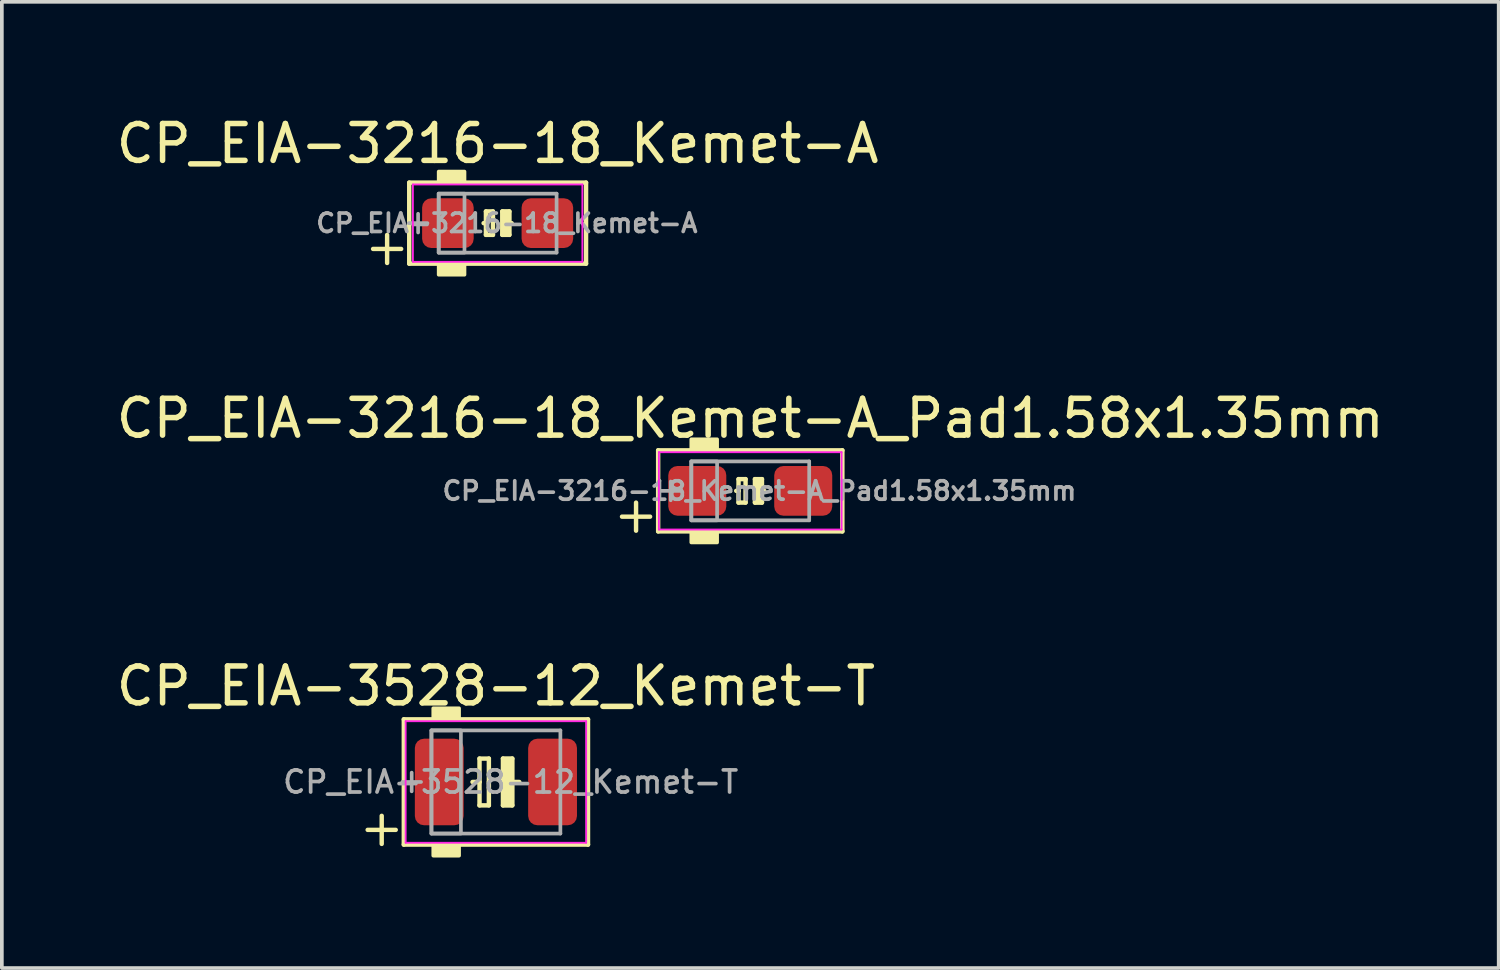
<source format=kicad_pcb>
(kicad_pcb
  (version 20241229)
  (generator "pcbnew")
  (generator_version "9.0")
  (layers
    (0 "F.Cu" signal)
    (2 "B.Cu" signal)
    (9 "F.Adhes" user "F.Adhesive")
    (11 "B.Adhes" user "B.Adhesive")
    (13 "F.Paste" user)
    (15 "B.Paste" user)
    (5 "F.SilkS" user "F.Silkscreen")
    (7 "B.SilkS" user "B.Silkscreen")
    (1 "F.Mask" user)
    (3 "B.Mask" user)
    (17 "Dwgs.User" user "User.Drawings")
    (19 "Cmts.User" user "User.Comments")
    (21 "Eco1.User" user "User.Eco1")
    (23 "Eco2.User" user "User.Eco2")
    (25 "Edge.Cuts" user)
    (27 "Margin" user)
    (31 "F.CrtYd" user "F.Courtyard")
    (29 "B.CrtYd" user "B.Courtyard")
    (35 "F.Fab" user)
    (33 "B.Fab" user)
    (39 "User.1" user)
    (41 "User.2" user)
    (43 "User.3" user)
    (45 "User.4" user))
  (footprint "CP_EIA-3216-18_Kemet-A_Pad1.58x1.35mm"
    (layer "F.Cu")
    (at 17.315 10.274)
    (property "Reference" "CP_EIA-3216-18_Kemet-A_Pad1.58x1.35mm" (at 0 -1.968 0) (layer "F.SilkS") (effects (font (size 1 1) (thickness 0.15))))
    (attr smd)
    (fp_line (start -3.481 0.7) (end -2.719 0.7) (stroke (width 0.12) (type solid)) (layer "F.SilkS"))
    (fp_line (start -3.1 0.319) (end -3.1 1.081) (stroke (width 0.12) (type solid)) (layer "F.SilkS"))
    (fp_line (start -2.5 -1.1) (end -2.5 1.1) (stroke (width 0.12) (type solid)) (layer "F.SilkS"))
    (fp_line (start -2.5 1.1) (end 2.5 1.1) (stroke (width 0.12) (type solid)) (layer "F.SilkS"))
    (fp_line (start -0.381 0) (end -0.318 0) (stroke (width 0.12) (type solid)) (layer "F.SilkS"))
    (fp_line (start -0.318 -0.318) (end -0.318 0) (stroke (width 0.12) (type solid)) (layer "F.SilkS"))
    (fp_line (start -0.318 0) (end -0.318 0.318) (stroke (width 0.12) (type solid)) (layer "F.SilkS"))
    (fp_line (start -0.318 0.318) (end -0.127 0.318) (stroke (width 0.12) (type solid)) (layer "F.SilkS"))
    (fp_line (start -0.127 -0.318) (end -0.318 -0.318) (stroke (width 0.12) (type solid)) (layer "F.SilkS"))
    (fp_line (start -0.127 0.318) (end -0.127 -0.318) (stroke (width 0.12) (type solid)) (layer "F.SilkS"))
    (fp_line (start 0.127 -0.318) (end 0.127 0.318) (stroke (width 0.12) (type solid)) (layer "F.SilkS"))
    (fp_line (start 0.127 0.318) (end 0.318 0.318) (stroke (width 0.12) (type solid)) (layer "F.SilkS"))
    (fp_line (start 0.318 -0.318) (end 0.127 -0.318) (stroke (width 0.12) (type solid)) (layer "F.SilkS"))
    (fp_line (start 0.318 0) (end 0.318 -0.318) (stroke (width 0.12) (type solid)) (layer "F.SilkS"))
    (fp_line (start 0.318 0.318) (end 0.318 0) (stroke (width 0.12) (type solid)) (layer "F.SilkS"))
    (fp_line (start 0.381 0) (end 0.318 0) (stroke (width 0.12) (type solid)) (layer "F.SilkS"))
    (fp_line (start 2.5 -1.1) (end -2.5 -1.1) (stroke (width 0.12) (type solid)) (layer "F.SilkS"))
    (fp_line (start 2.5 1.1) (end 2.5 -1.1) (stroke (width 0.12) (type solid)) (layer "F.SilkS"))
    (fp_poly (pts (xy -0.9 -1.1) (xy -1.6 -1.1) (xy -1.6 -1.4) (xy -0.9 -1.4)) (stroke (width 0.1) (type solid)) (fill yes) (layer "F.SilkS"))
    (fp_poly (pts (xy -0.9 1.4) (xy -1.6 1.4) (xy -1.6 1.1) (xy -0.9 1.1)) (stroke (width 0.1) (type solid)) (fill yes) (layer "F.SilkS"))
    (fp_poly (pts (xy 0.318 0.318) (xy 0.127 0.318) (xy 0.127 -0.318) (xy 0.318 -0.318)) (stroke (width 0.1) (type solid)) (fill yes) (layer "F.SilkS"))
    (fp_line (start -2.48 -1.05) (end 2.48 -1.05) (stroke (width 0.05) (type solid)) (layer "F.CrtYd"))
    (fp_line (start -2.48 1.05) (end -2.48 -1.05) (stroke (width 0.05) (type solid)) (layer "F.CrtYd"))
    (fp_line (start 2.48 -1.05) (end 2.48 1.05) (stroke (width 0.05) (type solid)) (layer "F.CrtYd"))
    (fp_line (start 2.48 1.05) (end -2.48 1.05) (stroke (width 0.05) (type solid)) (layer "F.CrtYd"))
    (fp_line (start -2.159 -0.254) (end -2.159 0.254) (stroke (width 0.1) (type solid)) (layer "F.Fab"))
    (fp_line (start -1.905 0) (end -2.413 0) (stroke (width 0.1) (type solid)) (layer "F.Fab"))
    (fp_line (start -1.6 -0.8) (end -1.6 0.8) (stroke (width 0.1) (type solid)) (layer "F.Fab"))
    (fp_line (start -1.6 0.8) (end 1.6 0.8) (stroke (width 0.1) (type solid)) (layer "F.Fab"))
    (fp_line (start 1.6 -0.8) (end -1.6 -0.8) (stroke (width 0.1) (type solid)) (layer "F.Fab"))
    (fp_line (start 1.6 0.8) (end 1.6 -0.8) (stroke (width 0.1) (type solid)) (layer "F.Fab"))
    (fp_rect (start -1.6 -0.8) (end -0.9 0.8) (stroke (width 0.1) (type solid)) (fill no) (layer "F.Fab"))
    (fp_text user "${REFERENCE}" (at 0.25 0 0) (layer "F.Fab") (effects (font (size 0.5 0.5) (thickness 0.1))))
    (pad "1" smd roundrect (at -1.438 0) (size 1.575 1.35) (layers "F.Cu" "F.Mask" "F.Paste") (roundrect_rratio 0.185))
    (pad "2" smd roundrect (at 1.438 0) (size 1.575 1.35) (layers "F.Cu" "F.Mask" "F.Paste") (roundrect_rratio 0.185)))
  (footprint "CP_EIA-3216-18_Kemet-A"
    (layer "F.Cu")
    (at 10.458 3.007)
    (property "Reference" "CP_EIA-3216-18_Kemet-A" (at 0 -2.159 0) (layer "F.SilkS") (effects (font (size 1 1) (thickness 0.15))))
    (attr smd)
    (fp_line (start -3.381 0.7) (end -2.619 0.7) (stroke (width 0.12) (type solid)) (layer "F.SilkS"))
    (fp_line (start -3 0.319) (end -3 1.081) (stroke (width 0.12) (type solid)) (layer "F.SilkS"))
    (fp_line (start -2.4 -1.1) (end 2.4 -1.1) (stroke (width 0.12) (type solid)) (layer "F.SilkS"))
    (fp_line (start -2.4 1.1) (end -2.4 -1.1) (stroke (width 0.12) (type solid)) (layer "F.SilkS"))
    (fp_line (start -0.381 0) (end -0.318 0) (stroke (width 0.12) (type solid)) (layer "F.SilkS"))
    (fp_line (start -0.318 -0.318) (end -0.318 0) (stroke (width 0.12) (type solid)) (layer "F.SilkS"))
    (fp_line (start -0.318 0) (end -0.318 0.318) (stroke (width 0.12) (type solid)) (layer "F.SilkS"))
    (fp_line (start -0.318 0.318) (end -0.127 0.318) (stroke (width 0.12) (type solid)) (layer "F.SilkS"))
    (fp_line (start -0.127 -0.318) (end -0.318 -0.318) (stroke (width 0.12) (type solid)) (layer "F.SilkS"))
    (fp_line (start -0.127 0.318) (end -0.127 -0.318) (stroke (width 0.12) (type solid)) (layer "F.SilkS"))
    (fp_line (start 0.127 -0.318) (end 0.127 0.318) (stroke (width 0.12) (type solid)) (layer "F.SilkS"))
    (fp_line (start 0.127 0.318) (end 0.318 0.318) (stroke (width 0.12) (type solid)) (layer "F.SilkS"))
    (fp_line (start 0.318 -0.318) (end 0.127 -0.318) (stroke (width 0.12) (type solid)) (layer "F.SilkS"))
    (fp_line (start 0.318 0) (end 0.318 -0.318) (stroke (width 0.12) (type solid)) (layer "F.SilkS"))
    (fp_line (start 0.318 0.318) (end 0.318 0) (stroke (width 0.12) (type solid)) (layer "F.SilkS"))
    (fp_line (start 0.381 0) (end 0.318 0) (stroke (width 0.12) (type solid)) (layer "F.SilkS"))
    (fp_line (start 2.4 -1.1) (end 2.4 1.1) (stroke (width 0.12) (type solid)) (layer "F.SilkS"))
    (fp_line (start 2.4 1.1) (end -2.4 1.1) (stroke (width 0.12) (type solid)) (layer "F.SilkS"))
    (fp_poly (pts (xy -0.9 -1.1) (xy -1.6 -1.1) (xy -1.6 -1.4) (xy -0.9 -1.4)) (stroke (width 0.1) (type solid)) (fill yes) (layer "F.SilkS"))
    (fp_poly (pts (xy -0.9 1.4) (xy -1.6 1.4) (xy -1.6 1.1) (xy -0.9 1.1)) (stroke (width 0.1) (type solid)) (fill yes) (layer "F.SilkS"))
    (fp_poly (pts (xy 0.318 0.318) (xy 0.127 0.318) (xy 0.127 -0.318) (xy 0.318 -0.318)) (stroke (width 0.1) (type solid)) (fill yes) (layer "F.SilkS"))
    (fp_line (start -2.3 -1.05) (end 2.3 -1.05) (stroke (width 0.05) (type solid)) (layer "F.CrtYd"))
    (fp_line (start -2.3 1.05) (end -2.3 -1.05) (stroke (width 0.05) (type solid)) (layer "F.CrtYd"))
    (fp_line (start 2.3 -1.05) (end 2.3 1.05) (stroke (width 0.05) (type solid)) (layer "F.CrtYd"))
    (fp_line (start 2.3 1.05) (end -2.3 1.05) (stroke (width 0.05) (type solid)) (layer "F.CrtYd"))
    (fp_line (start -2.159 -0.254) (end -2.159 0.254) (stroke (width 0.1) (type solid)) (layer "F.Fab"))
    (fp_line (start -1.905 0) (end -2.413 0) (stroke (width 0.1) (type solid)) (layer "F.Fab"))
    (fp_line (start -1.6 -0.8) (end -1.6 0.8) (stroke (width 0.1) (type solid)) (layer "F.Fab"))
    (fp_line (start -1.6 0.8) (end 1.6 0.8) (stroke (width 0.1) (type solid)) (layer "F.Fab"))
    (fp_line (start 1.6 -0.8) (end -1.6 -0.8) (stroke (width 0.1) (type solid)) (layer "F.Fab"))
    (fp_line (start 1.6 0.8) (end 1.6 -0.8) (stroke (width 0.1) (type solid)) (layer "F.Fab"))
    (fp_rect (start -1.6 -0.8) (end -0.9 0.8) (stroke (width 0.1) (type solid)) (fill no) (layer "F.Fab"))
    (fp_text user "${REFERENCE}" (at 0.25 0 0) (layer "F.Fab") (effects (font (size 0.5 0.5) (thickness 0.1))))
    (pad "1" smd roundrect (at -1.35 0) (size 1.4 1.35) (layers "F.Cu" "F.Mask" "F.Paste") (roundrect_rratio 0.185))
    (pad "2" smd roundrect (at 1.35 0) (size 1.4 1.35) (layers "F.Cu" "F.Mask" "F.Paste") (roundrect_rratio 0.185)))
  (footprint "CP_EIA-3528-12_Kemet-T"
    (layer "F.Cu")
    (at 10.411 18.176)
    (property "Reference" "CP_EIA-3528-12_Kemet-T" (at 0 -2.603 0) (layer "F.SilkS") (effects (font (size 1 1) (thickness 0.15))))
    (attr smd)
    (fp_line (start -3.481 1.3) (end -2.719 1.3) (stroke (width 0.12) (type solid)) (layer "F.SilkS"))
    (fp_line (start -3.1 0.919) (end -3.1 1.681) (stroke (width 0.12) (type solid)) (layer "F.SilkS"))
    (fp_line (start -2.5 -1.7) (end -2.5 1.7) (stroke (width 0.12) (type solid)) (layer "F.SilkS"))
    (fp_line (start -2.5 1.7) (end 2.5 1.7) (stroke (width 0.12) (type solid)) (layer "F.SilkS"))
    (fp_line (start -0.445 -0.635) (end -0.445 0) (stroke (width 0.12) (type solid)) (layer "F.SilkS"))
    (fp_line (start -0.445 -0.635) (end -0.191 -0.635) (stroke (width 0.12) (type solid)) (layer "F.SilkS"))
    (fp_line (start -0.445 0) (end -0.635 0) (stroke (width 0.12) (type solid)) (layer "F.SilkS"))
    (fp_line (start -0.445 0.635) (end -0.445 0) (stroke (width 0.12) (type solid)) (layer "F.SilkS"))
    (fp_line (start -0.191 -0.635) (end -0.191 0) (stroke (width 0.12) (type solid)) (layer "F.SilkS"))
    (fp_line (start -0.191 0.635) (end -0.445 0.635) (stroke (width 0.12) (type solid)) (layer "F.SilkS"))
    (fp_line (start -0.191 0.635) (end -0.191 0) (stroke (width 0.12) (type solid)) (layer "F.SilkS"))
    (fp_line (start 0.191 -0.635) (end 0.191 0) (stroke (width 0.12) (type solid)) (layer "F.SilkS"))
    (fp_line (start 0.191 -0.635) (end 0.445 -0.635) (stroke (width 0.12) (type solid)) (layer "F.SilkS"))
    (fp_line (start 0.191 0.635) (end 0.191 0) (stroke (width 0.12) (type solid)) (layer "F.SilkS"))
    (fp_line (start 0.445 -0.635) (end 0.445 0) (stroke (width 0.12) (type solid)) (layer "F.SilkS"))
    (fp_line (start 0.445 0) (end 0.635 0) (stroke (width 0.12) (type solid)) (layer "F.SilkS"))
    (fp_line (start 0.445 0.635) (end 0.191 0.635) (stroke (width 0.12) (type solid)) (layer "F.SilkS"))
    (fp_line (start 0.445 0.635) (end 0.445 0) (stroke (width 0.12) (type solid)) (layer "F.SilkS"))
    (fp_line (start 2.5 -1.7) (end -2.5 -1.7) (stroke (width 0.12) (type solid)) (layer "F.SilkS"))
    (fp_line (start 2.5 1.7) (end 2.5 -1.7) (stroke (width 0.12) (type solid)) (layer "F.SilkS"))
    (fp_poly (pts (xy -1 -1.7) (xy -1.7 -1.7) (xy -1.7 -2) (xy -1 -2)) (stroke (width 0.1) (type solid)) (fill yes) (layer "F.SilkS"))
    (fp_poly (pts (xy -1 2) (xy -1.7 2) (xy -1.7 1.7) (xy -1 1.7)) (stroke (width 0.1) (type solid)) (fill yes) (layer "F.SilkS"))
    (fp_poly (pts (xy 0.445 0.635) (xy 0.191 0.635) (xy 0.191 -0.635) (xy 0.445 -0.635)) (stroke (width 0.1) (type solid)) (fill yes) (layer "F.SilkS"))
    (fp_line (start -2.45 -1.65) (end 2.45 -1.65) (stroke (width 0.05) (type solid)) (layer "F.CrtYd"))
    (fp_line (start -2.45 1.65) (end -2.45 -1.65) (stroke (width 0.05) (type solid)) (layer "F.CrtYd"))
    (fp_line (start 2.45 -1.65) (end 2.45 1.65) (stroke (width 0.05) (type solid)) (layer "F.CrtYd"))
    (fp_line (start 2.45 1.65) (end -2.45 1.65) (stroke (width 0.05) (type solid)) (layer "F.CrtYd"))
    (fp_line (start -2.286 -0.254) (end -2.286 0.254) (stroke (width 0.1) (type solid)) (layer "F.Fab"))
    (fp_line (start -2.032 0) (end -2.54 0) (stroke (width 0.1) (type solid)) (layer "F.Fab"))
    (fp_line (start -1.75 -1.4) (end -1.75 1.4) (stroke (width 0.1) (type solid)) (layer "F.Fab"))
    (fp_line (start -1.75 1.4) (end 1.75 1.4) (stroke (width 0.1) (type solid)) (layer "F.Fab"))
    (fp_line (start 1.75 -1.4) (end -1.75 -1.4) (stroke (width 0.1) (type solid)) (layer "F.Fab"))
    (fp_line (start 1.75 1.4) (end 1.75 -1.4) (stroke (width 0.1) (type solid)) (layer "F.Fab"))
    (fp_rect (start -1.75 -1.4) (end -0.95 1.4) (stroke (width 0.1) (type solid)) (fill no) (layer "F.Fab"))
    (fp_text user "${REFERENCE}" (at 0.4 0 0) (layer "F.Fab") (effects (font (size 0.6 0.6) (thickness 0.1))))
    (pad "1" smd roundrect (at -1.538 0) (size 1.325 2.35) (layers "F.Cu" "F.Mask" "F.Paste") (roundrect_rratio 0.189))
    (pad "2" smd roundrect (at 1.538 0) (size 1.325 2.35) (layers "F.Cu" "F.Mask" "F.Paste") (roundrect_rratio 0.189)))
  (gr_rect
    (start -3 -3)
    (end 37.631 23.226)
    (stroke (width 0.1) (type default))
    (fill no)
    (layer "Edge.Cuts")))
</source>
